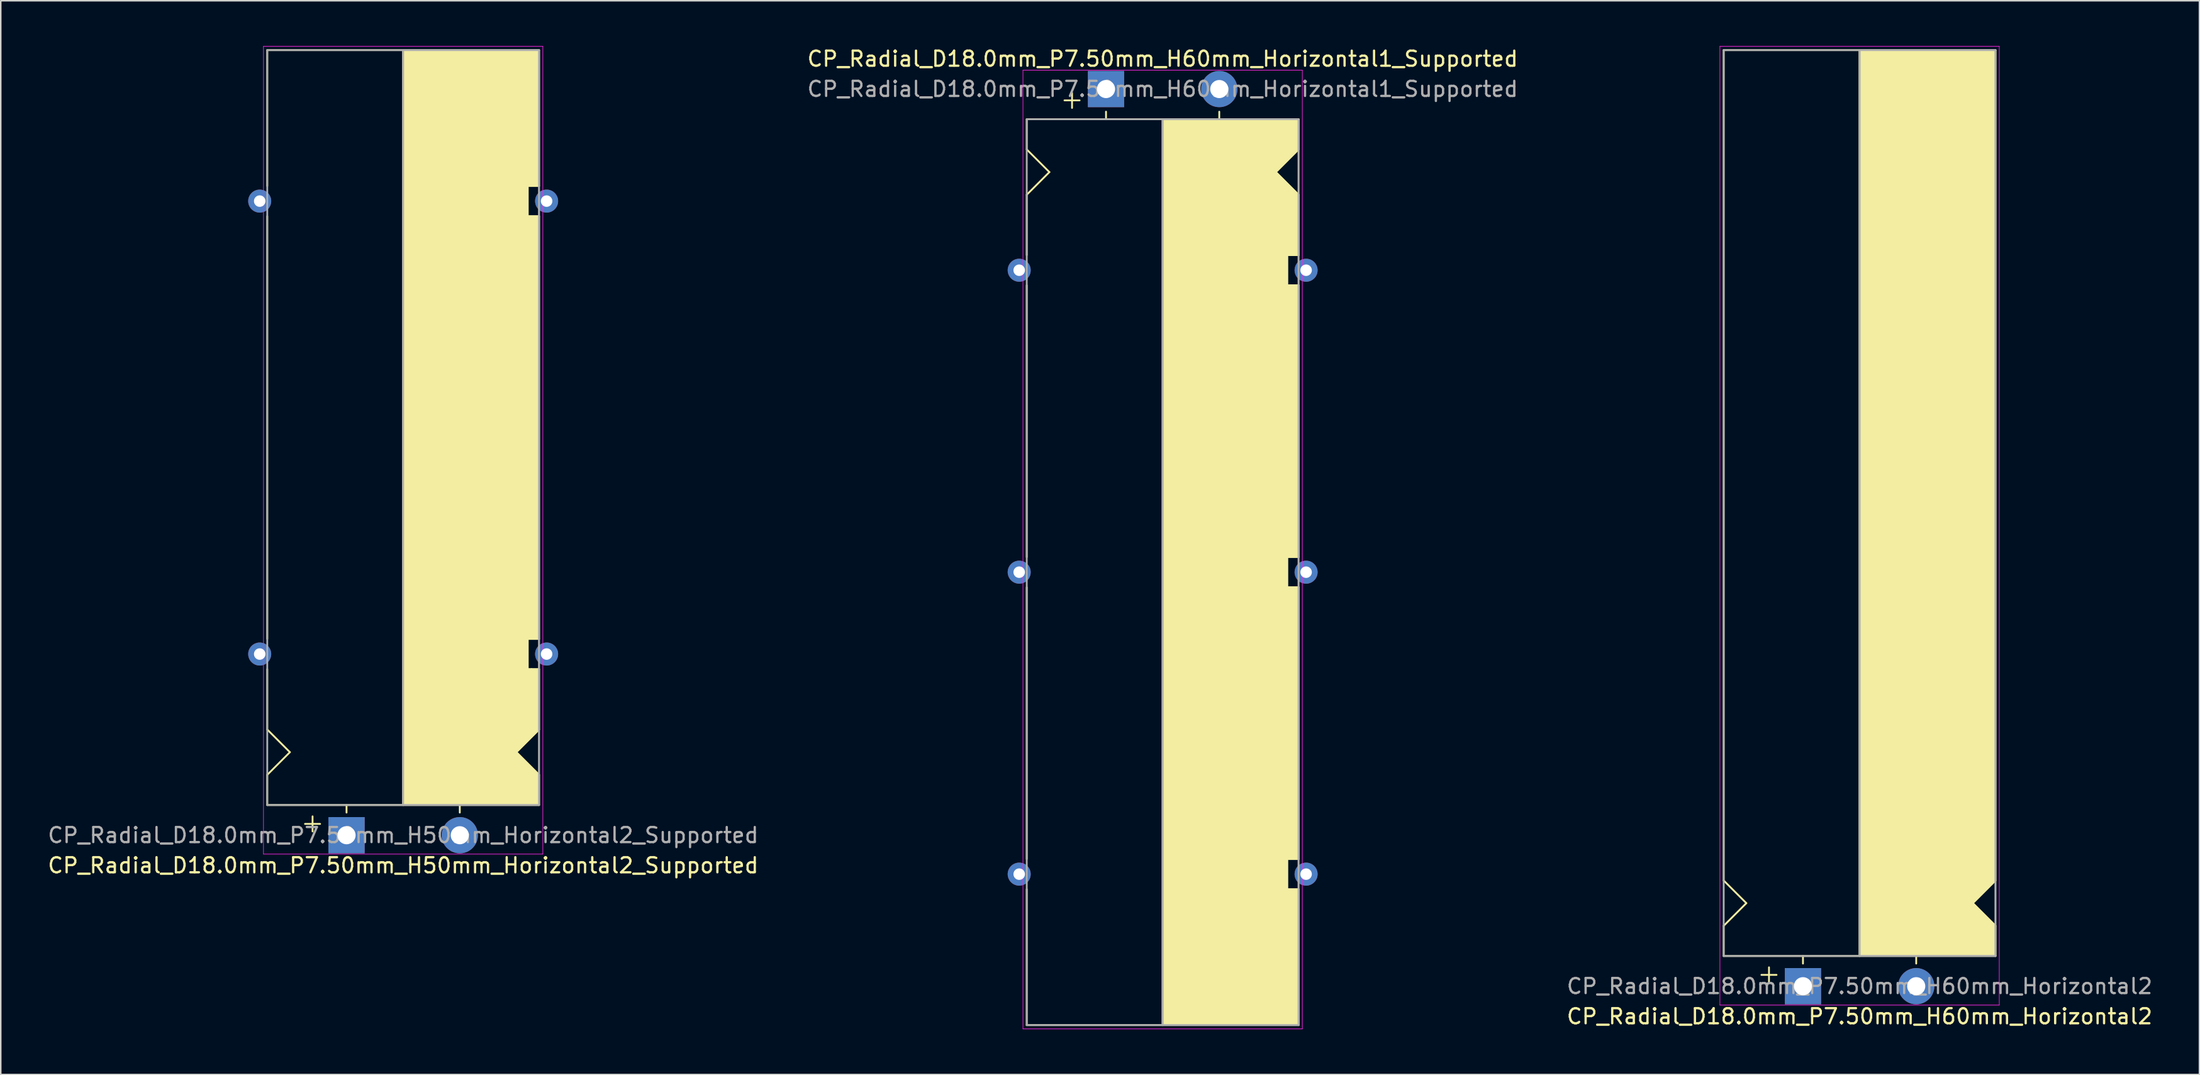
<source format=kicad_pcb>
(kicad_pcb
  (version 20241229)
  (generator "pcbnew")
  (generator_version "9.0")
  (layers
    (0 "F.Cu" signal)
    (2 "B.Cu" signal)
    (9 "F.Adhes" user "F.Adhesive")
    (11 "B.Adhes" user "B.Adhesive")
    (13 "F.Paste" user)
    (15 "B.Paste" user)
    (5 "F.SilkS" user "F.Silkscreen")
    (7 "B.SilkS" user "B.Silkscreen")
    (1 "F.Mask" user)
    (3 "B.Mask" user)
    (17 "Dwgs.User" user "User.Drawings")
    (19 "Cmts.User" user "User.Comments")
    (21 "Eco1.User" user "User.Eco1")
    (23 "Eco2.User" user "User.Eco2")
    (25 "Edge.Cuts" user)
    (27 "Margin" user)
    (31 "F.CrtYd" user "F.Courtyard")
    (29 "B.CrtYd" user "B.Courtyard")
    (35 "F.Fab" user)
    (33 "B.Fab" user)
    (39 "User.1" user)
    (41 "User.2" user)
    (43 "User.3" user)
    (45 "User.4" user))
  (footprint "CP_Radial_D18.0mm_P7.50mm_H60mm_Horizontal1_Supported"
    (layer "F.Cu")
    (at 70.196 2.848)
    (property "Reference" "CP_Radial_D18.0mm_P7.50mm_H60mm_Horizontal1_Supported" (at 3.75 -2 0) (layer "F.SilkS") (effects (font (size 1 1) (thickness 0.15))))
    (attr through_hole)
    (fp_line (start -5.25 2) (end -5.25 4) (stroke (width 0.12) (type solid)) (layer "F.SilkS"))
    (fp_line (start -5.25 2) (end 12.75 2) (stroke (width 0.12) (type solid)) (layer "F.SilkS"))
    (fp_line (start -5.25 4) (end -3.75 5.5) (stroke (width 0.12) (type solid)) (layer "F.SilkS"))
    (fp_line (start -5.25 7) (end -3.75 5.5) (stroke (width 0.12) (type solid)) (layer "F.SilkS"))
    (fp_line (start -5.25 11) (end -5.25 7) (stroke (width 0.12) (type solid)) (layer "F.SilkS"))
    (fp_line (start -5.25 13) (end -5.25 31) (stroke (width 0.12) (type solid)) (layer "F.SilkS"))
    (fp_line (start -5.25 33) (end -5.25 51) (stroke (width 0.12) (type solid)) (layer "F.SilkS"))
    (fp_line (start -5.25 53) (end -5.25 62) (stroke (width 0.12) (type solid)) (layer "F.SilkS"))
    (fp_line (start -5.25 62) (end 12.75 62) (stroke (width 0.12) (type solid)) (layer "F.SilkS"))
    (fp_line (start -2.25 0.25) (end -2.25 1.25) (stroke (width 0.12) (type solid)) (layer "F.SilkS"))
    (fp_line (start -1.75 0.75) (end -2.75 0.75) (stroke (width 0.12) (type solid)) (layer "F.SilkS"))
    (fp_line (start 0 1.5) (end 0 2) (stroke (width 0.12) (type solid)) (layer "F.SilkS"))
    (fp_line (start 3.75 2) (end 3.75 62) (stroke (width 0.12) (type solid)) (layer "F.SilkS"))
    (fp_line (start 7.5 1.5) (end 7.5 2) (stroke (width 0.12) (type solid)) (layer "F.SilkS"))
    (fp_line (start 12 11) (end 12 13) (stroke (width 0.12) (type solid)) (layer "F.SilkS"))
    (fp_line (start 12 13) (end 12.75 13) (stroke (width 0.12) (type solid)) (layer "F.SilkS"))
    (fp_line (start 12 31) (end 12 33) (stroke (width 0.12) (type solid)) (layer "F.SilkS"))
    (fp_line (start 12 33) (end 12.75 33) (stroke (width 0.12) (type solid)) (layer "F.SilkS"))
    (fp_line (start 12 51) (end 12 53) (stroke (width 0.12) (type solid)) (layer "F.SilkS"))
    (fp_line (start 12 53) (end 12.75 53) (stroke (width 0.12) (type solid)) (layer "F.SilkS"))
    (fp_line (start 12.25 11) (end 12 11) (stroke (width 0.12) (type solid)) (layer "F.SilkS"))
    (fp_line (start 12.75 2) (end 12.75 4) (stroke (width 0.12) (type solid)) (layer "F.SilkS"))
    (fp_line (start 12.75 4) (end 11.25 5.5) (stroke (width 0.12) (type solid)) (layer "F.SilkS"))
    (fp_line (start 12.75 7) (end 11.25 5.5) (stroke (width 0.12) (type solid)) (layer "F.SilkS"))
    (fp_line (start 12.75 11) (end 12.25 11) (stroke (width 0.12) (type solid)) (layer "F.SilkS"))
    (fp_line (start 12.75 11) (end 12.75 7) (stroke (width 0.12) (type solid)) (layer "F.SilkS"))
    (fp_line (start 12.75 13) (end 12.75 31) (stroke (width 0.12) (type solid)) (layer "F.SilkS"))
    (fp_line (start 12.75 31) (end 12 31) (stroke (width 0.12) (type solid)) (layer "F.SilkS"))
    (fp_line (start 12.75 33) (end 12.75 51) (stroke (width 0.12) (type solid)) (layer "F.SilkS"))
    (fp_line (start 12.75 51) (end 12 51) (stroke (width 0.12) (type solid)) (layer "F.SilkS"))
    (fp_line (start 12.75 53) (end 12.75 62) (stroke (width 0.12) (type solid)) (layer "F.SilkS"))
    (fp_poly (pts (xy 12.75 4) (xy 11.25 5.5) (xy 12.75 7) (xy 12.75 11) (xy 12 11) (xy 12 13) (xy 12.75 13) (xy 12.75 31) (xy 12 31) (xy 12 33) (xy 12.75 33) (xy 12.75 51) (xy 12 51) (xy 12 53) (xy 12.75 53) (xy 12.75 62) (xy 3.75 62) (xy 3.75 2) (xy 12.75 2)) (stroke (width 0.1) (type solid)) (fill yes) (layer "F.SilkS"))
    (fp_line (start -5.5 -1.25) (end -5.5 62.25) (stroke (width 0.04) (type solid)) (layer "F.CrtYd"))
    (fp_line (start -5.5 62.25) (end 13 62.25) (stroke (width 0.04) (type solid)) (layer "F.CrtYd"))
    (fp_line (start 13 -1.25) (end -5.5 -1.25) (stroke (width 0.04) (type solid)) (layer "F.CrtYd"))
    (fp_line (start 13 62.25) (end 13 -1.25) (stroke (width 0.04) (type solid)) (layer "F.CrtYd"))
    (fp_line (start -5.25 2) (end -5.25 62) (stroke (width 0.12) (type solid)) (layer "F.Fab"))
    (fp_line (start -5.25 62) (end 12.75 62) (stroke (width 0.12) (type solid)) (layer "F.Fab"))
    (fp_line (start 3.75 2) (end 3.75 62) (stroke (width 0.12) (type solid)) (layer "F.Fab"))
    (fp_line (start 12.75 2) (end -5.25 2) (stroke (width 0.12) (type solid)) (layer "F.Fab"))
    (fp_line (start 12.75 62) (end 12.75 2) (stroke (width 0.12) (type solid)) (layer "F.Fab"))
    (fp_poly (pts (xy 12.75 62) (xy 3.75 62) (xy 3.75 2) (xy 12.75 2)) (stroke (width 0.1) (type solid)) (fill no) (layer "F.Fab"))
    (fp_text user "${REFERENCE}" (at 3.75 0 0) (layer "F.Fab") (effects (font (size 1 1) (thickness 0.15))))
    (pad "" thru_hole circle (at -5.75 12) (size 1.524 1.524) (drill 0.762) (layers "*.Cu" "*.Mask"))
    (pad "" thru_hole circle (at -5.75 32) (size 1.524 1.524) (drill 0.762) (layers "*.Cu" "*.Mask"))
    (pad "" thru_hole circle (at -5.75 52) (size 1.524 1.524) (drill 0.762) (layers "*.Cu" "*.Mask"))
    (pad "" thru_hole circle (at 13.25 12) (size 1.524 1.524) (drill 0.762) (layers "*.Cu" "*.Mask"))
    (pad "" thru_hole circle (at 13.25 32) (size 1.524 1.524) (drill 0.762) (layers "*.Cu" "*.Mask"))
    (pad "" thru_hole circle (at 13.25 52) (size 1.524 1.524) (drill 0.762) (layers "*.Cu" "*.Mask"))
    (pad "1" thru_hole rect (at 0 0) (size 2.4 2.4) (drill 1.2) (layers "*.Cu" "*.Mask"))
    (pad "2" thru_hole circle (at 7.5 0) (size 2.4 2.4) (drill 1.2) (layers "*.Cu" "*.Mask")))
  (footprint "CP_Radial_D18.0mm_P7.50mm_H60mm_Horizontal2"
    (layer "F.Cu")
    (at 116.351 62.27)
    (property "Reference" "CP_Radial_D18.0mm_P7.50mm_H60mm_Horizontal2" (at 3.75 2 0) (layer "F.SilkS") (effects (font (size 1 1) (thickness 0.15))))
    (attr through_hole)
    (fp_line (start -5.25 -62) (end 12.75 -62) (stroke (width 0.12) (type solid)) (layer "F.SilkS"))
    (fp_line (start -5.25 -7) (end -5.25 -62) (stroke (width 0.12) (type solid)) (layer "F.SilkS"))
    (fp_line (start -5.25 -7) (end -3.75 -5.5) (stroke (width 0.12) (type solid)) (layer "F.SilkS"))
    (fp_line (start -5.25 -4) (end -3.75 -5.5) (stroke (width 0.12) (type solid)) (layer "F.SilkS"))
    (fp_line (start -5.25 -2) (end -5.25 -4) (stroke (width 0.12) (type solid)) (layer "F.SilkS"))
    (fp_line (start -5.25 -2) (end 12.75 -2) (stroke (width 0.12) (type solid)) (layer "F.SilkS"))
    (fp_line (start -2.25 -1.25) (end -2.25 -0.25) (stroke (width 0.12) (type solid)) (layer "F.SilkS"))
    (fp_line (start -1.75 -0.75) (end -2.75 -0.75) (stroke (width 0.12) (type solid)) (layer "F.SilkS"))
    (fp_line (start 0 -1.5) (end 0 -2) (stroke (width 0.12) (type solid)) (layer "F.SilkS"))
    (fp_line (start 3.75 -2) (end 3.75 -62) (stroke (width 0.12) (type solid)) (layer "F.SilkS"))
    (fp_line (start 7.5 -1.5) (end 7.5 -2) (stroke (width 0.12) (type solid)) (layer "F.SilkS"))
    (fp_line (start 12.75 -62) (end 12.75 -7) (stroke (width 0.12) (type solid)) (layer "F.SilkS"))
    (fp_line (start 12.75 -7) (end 11.25 -5.5) (stroke (width 0.12) (type solid)) (layer "F.SilkS"))
    (fp_line (start 12.75 -4) (end 11.25 -5.5) (stroke (width 0.12) (type solid)) (layer "F.SilkS"))
    (fp_line (start 12.75 -2) (end 12.75 -4) (stroke (width 0.12) (type solid)) (layer "F.SilkS"))
    (fp_poly (pts (xy 12.75 -4) (xy 11.25 -5.5) (xy 12.75 -7) (xy 12.75 -62) (xy 3.75 -62) (xy 3.75 -2) (xy 12.75 -2)) (stroke (width 0.1) (type solid)) (fill yes) (layer "F.SilkS"))
    (fp_line (start -5.5 -62.25) (end 13 -62.25) (stroke (width 0.04) (type solid)) (layer "F.CrtYd"))
    (fp_line (start -5.5 1.25) (end -5.5 -62.25) (stroke (width 0.04) (type solid)) (layer "F.CrtYd"))
    (fp_line (start 13 -62.25) (end 13 1.25) (stroke (width 0.04) (type solid)) (layer "F.CrtYd"))
    (fp_line (start 13 1.25) (end -5.5 1.25) (stroke (width 0.04) (type solid)) (layer "F.CrtYd"))
    (fp_line (start -5.25 -62) (end 12.75 -62) (stroke (width 0.12) (type solid)) (layer "F.Fab"))
    (fp_line (start -5.25 -2) (end -5.25 -62) (stroke (width 0.12) (type solid)) (layer "F.Fab"))
    (fp_line (start 3.75 -2) (end 3.75 -62) (stroke (width 0.12) (type solid)) (layer "F.Fab"))
    (fp_line (start 12.75 -62) (end 12.75 -2) (stroke (width 0.12) (type solid)) (layer "F.Fab"))
    (fp_line (start 12.75 -2) (end -5.25 -2) (stroke (width 0.12) (type solid)) (layer "F.Fab"))
    (fp_poly (pts (xy 12.75 -62) (xy 3.75 -62) (xy 3.75 -2) (xy 12.75 -2)) (stroke (width 0.1) (type solid)) (fill no) (layer "F.Fab"))
    (fp_text user "${REFERENCE}" (at 3.75 0 0) (layer "F.Fab") (effects (font (size 1 1) (thickness 0.15))))
    (pad "1" thru_hole rect (at 0 0) (size 2.4 2.4) (drill 1.2) (layers "*.Cu" "*.Mask"))
    (pad "2" thru_hole circle (at 7.5 0) (size 2.4 2.4) (drill 1.2) (layers "*.Cu" "*.Mask")))
  (footprint "CP_Radial_D18.0mm_P7.50mm_H50mm_Horizontal2_Supported"
    (layer "F.Cu")
    (at 19.899 52.27)
    (property "Reference" "CP_Radial_D18.0mm_P7.50mm_H50mm_Horizontal2_Supported" (at 3.75 2 0) (layer "F.SilkS") (effects (font (size 1 1) (thickness 0.15))))
    (attr through_hole)
    (fp_line (start -5.25 -52) (end 12.75 -52) (stroke (width 0.12) (type solid)) (layer "F.SilkS"))
    (fp_line (start -5.25 -43) (end -5.25 -52) (stroke (width 0.12) (type solid)) (layer "F.SilkS"))
    (fp_line (start -5.25 -13) (end -5.25 -41) (stroke (width 0.12) (type solid)) (layer "F.SilkS"))
    (fp_line (start -5.25 -11) (end -5.25 -7) (stroke (width 0.12) (type solid)) (layer "F.SilkS"))
    (fp_line (start -5.25 -7) (end -3.75 -5.5) (stroke (width 0.12) (type solid)) (layer "F.SilkS"))
    (fp_line (start -5.25 -4) (end -3.75 -5.5) (stroke (width 0.12) (type solid)) (layer "F.SilkS"))
    (fp_line (start -5.25 -2) (end -5.25 -4) (stroke (width 0.12) (type solid)) (layer "F.SilkS"))
    (fp_line (start -5.25 -2) (end 12.75 -2) (stroke (width 0.12) (type solid)) (layer "F.SilkS"))
    (fp_line (start -2.25 -1.25) (end -2.25 -0.25) (stroke (width 0.12) (type solid)) (layer "F.SilkS"))
    (fp_line (start -1.75 -0.75) (end -2.75 -0.75) (stroke (width 0.12) (type solid)) (layer "F.SilkS"))
    (fp_line (start 0 -1.5) (end 0 -2) (stroke (width 0.12) (type solid)) (layer "F.SilkS"))
    (fp_line (start 3.75 -2) (end 3.75 -52) (stroke (width 0.12) (type solid)) (layer "F.SilkS"))
    (fp_line (start 7.5 -1.5) (end 7.5 -2) (stroke (width 0.12) (type solid)) (layer "F.SilkS"))
    (fp_line (start 12 -43) (end 12.75 -43) (stroke (width 0.12) (type solid)) (layer "F.SilkS"))
    (fp_line (start 12 -41) (end 12 -43) (stroke (width 0.12) (type solid)) (layer "F.SilkS"))
    (fp_line (start 12 -13) (end 12.75 -13) (stroke (width 0.12) (type solid)) (layer "F.SilkS"))
    (fp_line (start 12 -11) (end 12 -13) (stroke (width 0.12) (type solid)) (layer "F.SilkS"))
    (fp_line (start 12.25 -11) (end 12 -11) (stroke (width 0.12) (type solid)) (layer "F.SilkS"))
    (fp_line (start 12.75 -43) (end 12.75 -52) (stroke (width 0.12) (type solid)) (layer "F.SilkS"))
    (fp_line (start 12.75 -41) (end 12 -41) (stroke (width 0.12) (type solid)) (layer "F.SilkS"))
    (fp_line (start 12.75 -13) (end 12.75 -41) (stroke (width 0.12) (type solid)) (layer "F.SilkS"))
    (fp_line (start 12.75 -11) (end 12.25 -11) (stroke (width 0.12) (type solid)) (layer "F.SilkS"))
    (fp_line (start 12.75 -11) (end 12.75 -7) (stroke (width 0.12) (type solid)) (layer "F.SilkS"))
    (fp_line (start 12.75 -7) (end 11.25 -5.5) (stroke (width 0.12) (type solid)) (layer "F.SilkS"))
    (fp_line (start 12.75 -4) (end 11.25 -5.5) (stroke (width 0.12) (type solid)) (layer "F.SilkS"))
    (fp_line (start 12.75 -2) (end 12.75 -4) (stroke (width 0.12) (type solid)) (layer "F.SilkS"))
    (fp_poly (pts (xy 12.75 -4) (xy 11.25 -5.5) (xy 12.75 -7) (xy 12.75 -11) (xy 12 -11) (xy 12 -13) (xy 12.75 -13) (xy 12.75 -41) (xy 12 -41) (xy 12 -43) (xy 12.75 -43) (xy 12.75 -52) (xy 3.75 -52) (xy 3.75 -2) (xy 12.75 -2)) (stroke (width 0.1) (type solid)) (fill yes) (layer "F.SilkS"))
    (fp_line (start -5.5 -52.25) (end 13 -52.25) (stroke (width 0.04) (type solid)) (layer "F.CrtYd"))
    (fp_line (start -5.5 1.25) (end -5.5 -52.25) (stroke (width 0.04) (type solid)) (layer "F.CrtYd"))
    (fp_line (start 13 -52.25) (end 13 1.25) (stroke (width 0.04) (type solid)) (layer "F.CrtYd"))
    (fp_line (start 13 1.25) (end -5.5 1.25) (stroke (width 0.04) (type solid)) (layer "F.CrtYd"))
    (fp_line (start -5.25 -52) (end 12.75 -52) (stroke (width 0.12) (type solid)) (layer "F.Fab"))
    (fp_line (start -5.25 -2) (end -5.25 -52) (stroke (width 0.12) (type solid)) (layer "F.Fab"))
    (fp_line (start 3.75 -2) (end 3.75 -52) (stroke (width 0.12) (type solid)) (layer "F.Fab"))
    (fp_line (start 12.75 -52) (end 12.75 -2) (stroke (width 0.12) (type solid)) (layer "F.Fab"))
    (fp_line (start 12.75 -2) (end -5.25 -2) (stroke (width 0.12) (type solid)) (layer "F.Fab"))
    (fp_poly (pts (xy 12.75 -52) (xy 3.75 -52) (xy 3.75 -2) (xy 12.75 -2)) (stroke (width 0.1) (type solid)) (fill no) (layer "F.Fab"))
    (fp_text user "${REFERENCE}" (at 3.75 0 0) (layer "F.Fab") (effects (font (size 1 1) (thickness 0.15))))
    (pad "" thru_hole circle (at -5.75 -42 180) (size 1.524 1.524) (drill 0.762) (layers "*.Cu" "*.Mask"))
    (pad "" thru_hole circle (at -5.75 -12 180) (size 1.524 1.524) (drill 0.762) (layers "*.Cu" "*.Mask"))
    (pad "" thru_hole circle (at 13.25 -42 180) (size 1.524 1.524) (drill 0.762) (layers "*.Cu" "*.Mask"))
    (pad "" thru_hole circle (at 13.25 -12 180) (size 1.524 1.524) (drill 0.762) (layers "*.Cu" "*.Mask"))
    (pad "1" thru_hole rect (at 0 0) (size 2.4 2.4) (drill 1.2) (layers "*.Cu" "*.Mask"))
    (pad "2" thru_hole circle (at 7.5 0) (size 2.4 2.4) (drill 1.2) (layers "*.Cu" "*.Mask")))
  (gr_rect
    (start -3 -3)
    (end 142.607 68.118)
    (stroke (width 0.1) (type default))
    (fill no)
    (layer "Edge.Cuts")))
</source>
